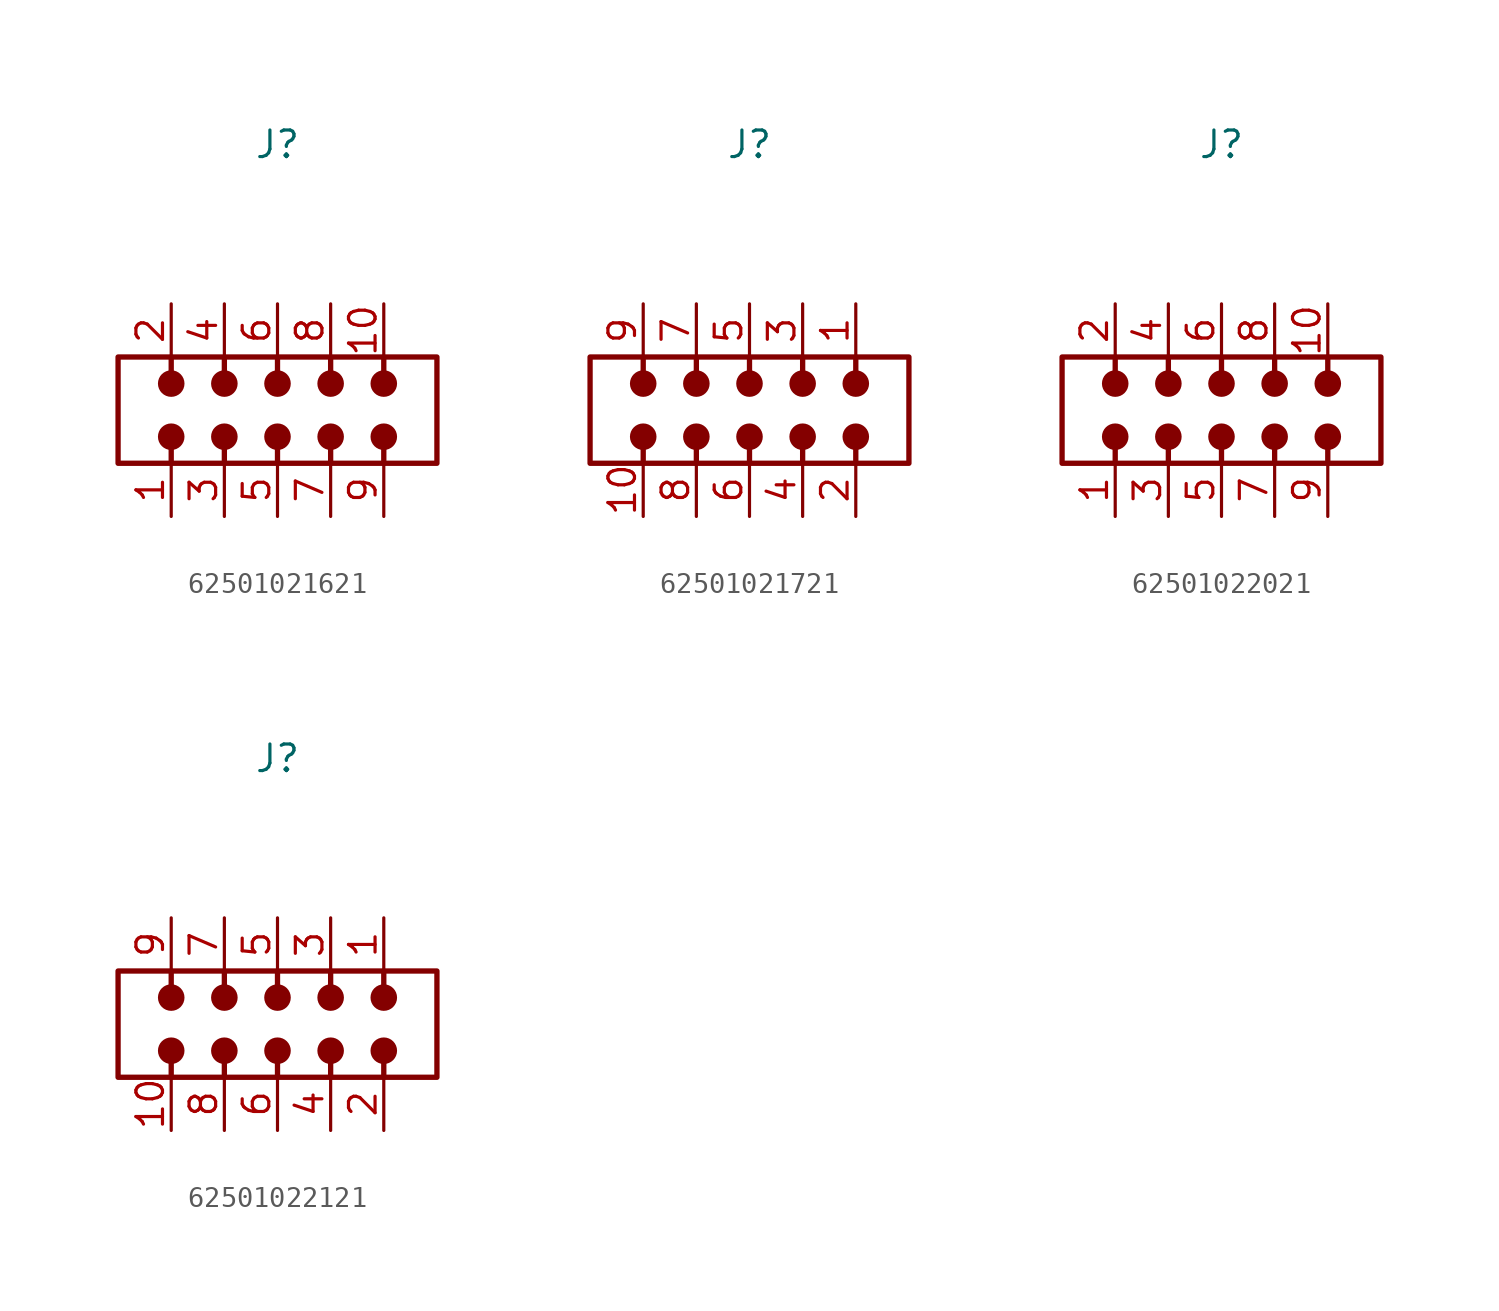
<source format=kicad_sym>
(kicad_symbol_lib
  (version 20241209)
  (generator "kicad_symbol_editor")
  (generator_version "9.0")
  (symbol "62501021621"
    (pin_names
      (hide yes))
    (property "Reference" "J"
      (at 0 12.7 0)
      (effects (font (size 1.27 1.27))))
    (symbol "62501021621_1_1"
      (rectangle (start -7.62 2.54) (end 7.62 -2.54) (stroke (width 0.254) (type solid)) (fill (type none)))
      (polyline (pts (xy -5.08 1.778) (xy -5.08 2.54)) (stroke (width 0.254) (type solid)) (fill (type none)))
      (circle (center -5.08 1.27) (radius 0.508) (stroke (width 0.254) (type solid)) (fill (type outline)))
      (circle (center -5.08 -1.27) (radius 0.508) (stroke (width 0.254) (type solid)) (fill (type outline)))
      (polyline (pts (xy -5.08 -1.778) (xy -5.08 -2.54)) (stroke (width 0.254) (type solid)) (fill (type none)))
      (polyline (pts (xy -2.54 1.778) (xy -2.54 2.54)) (stroke (width 0.254) (type solid)) (fill (type none)))
      (circle (center -2.54 1.27) (radius 0.508) (stroke (width 0.254) (type solid)) (fill (type outline)))
      (circle (center -2.54 -1.27) (radius 0.508) (stroke (width 0.254) (type solid)) (fill (type outline)))
      (polyline (pts (xy -2.54 -1.778) (xy -2.54 -2.54)) (stroke (width 0.254) (type solid)) (fill (type none)))
      (polyline (pts (xy 0 1.778) (xy 0 2.54)) (stroke (width 0.254) (type solid)) (fill (type none)))
      (circle (center 0 1.27) (radius 0.508) (stroke (width 0.254) (type solid)) (fill (type outline)))
      (circle (center 0 -1.27) (radius 0.508) (stroke (width 0.254) (type solid)) (fill (type outline)))
      (polyline (pts (xy 0 -1.778) (xy 0 -2.54)) (stroke (width 0.254) (type solid)) (fill (type none)))
      (polyline (pts (xy 2.54 1.778) (xy 2.54 2.54)) (stroke (width 0.254) (type solid)) (fill (type none)))
      (circle (center 2.54 1.27) (radius 0.508) (stroke (width 0.254) (type solid)) (fill (type outline)))
      (circle (center 2.54 -1.27) (radius 0.508) (stroke (width 0.254) (type solid)) (fill (type outline)))
      (polyline (pts (xy 2.54 -1.778) (xy 2.54 -2.54)) (stroke (width 0.254) (type solid)) (fill (type none)))
      (polyline (pts (xy 5.08 1.778) (xy 5.08 2.54)) (stroke (width 0.254) (type solid)) (fill (type none)))
      (circle (center 5.08 1.27) (radius 0.508) (stroke (width 0.254) (type solid)) (fill (type outline)))
      (circle (center 5.08 -1.27) (radius 0.508) (stroke (width 0.254) (type solid)) (fill (type outline)))
      (polyline (pts (xy 5.08 -1.778) (xy 5.08 -2.54)) (stroke (width 0.254) (type solid)) (fill (type none)))
      (pin passive line (at -5.08 5.08 270) (length 2.54) (name "2" (effects (font (size 1.27 1.27)))) (number "2" (effects (font (size 1.27 1.27)))))
      (pin passive line (at -5.08 -5.08 90) (length 2.54) (name "1" (effects (font (size 1.27 1.27)))) (number "1" (effects (font (size 1.27 1.27)))))
      (pin passive line (at -2.54 5.08 270) (length 2.54) (name "4" (effects (font (size 1.27 1.27)))) (number "4" (effects (font (size 1.27 1.27)))))
      (pin passive line (at -2.54 -5.08 90) (length 2.54) (name "3" (effects (font (size 1.27 1.27)))) (number "3" (effects (font (size 1.27 1.27)))))
      (pin passive line (at 0 5.08 270) (length 2.54) (name "6" (effects (font (size 1.27 1.27)))) (number "6" (effects (font (size 1.27 1.27)))))
      (pin passive line (at 0 -5.08 90) (length 2.54) (name "5" (effects (font (size 1.27 1.27)))) (number "5" (effects (font (size 1.27 1.27)))))
      (pin passive line (at 2.54 5.08 270) (length 2.54) (name "8" (effects (font (size 1.27 1.27)))) (number "8" (effects (font (size 1.27 1.27)))))
      (pin passive line (at 2.54 -5.08 90) (length 2.54) (name "7" (effects (font (size 1.27 1.27)))) (number "7" (effects (font (size 1.27 1.27)))))
      (pin passive line (at 5.08 5.08 270) (length 2.54) (name "10" (effects (font (size 1.27 1.27)))) (number "10" (effects (font (size 1.27 1.27)))))
      (pin passive line (at 5.08 -5.08 90) (length 2.54) (name "9" (effects (font (size 1.27 1.27)))) (number "9" (effects (font (size 1.27 1.27)))))))
  (symbol "62501021721"
    (pin_names
      (hide yes))
    (property "Reference" "J"
      (at 0 12.7 0)
      (effects (font (size 1.27 1.27))))
    (symbol "62501021721_1_1"
      (polyline (pts (xy -5.08 1.778) (xy -5.08 2.54)) (stroke (width 0.254) (type solid)) (fill (type none)))
      (circle (center -5.08 1.27) (radius 0.508) (stroke (width 0.254) (type solid)) (fill (type outline)))
      (circle (center -5.08 -1.27) (radius 0.508) (stroke (width 0.254) (type solid)) (fill (type outline)))
      (polyline (pts (xy -5.08 -1.778) (xy -5.08 -2.54)) (stroke (width 0.254) (type solid)) (fill (type none)))
      (polyline (pts (xy -2.54 1.778) (xy -2.54 2.54)) (stroke (width 0.254) (type solid)) (fill (type none)))
      (circle (center -2.54 1.27) (radius 0.508) (stroke (width 0.254) (type solid)) (fill (type outline)))
      (circle (center -2.54 -1.27) (radius 0.508) (stroke (width 0.254) (type solid)) (fill (type outline)))
      (polyline (pts (xy -2.54 -1.778) (xy -2.54 -2.54)) (stroke (width 0.254) (type solid)) (fill (type none)))
      (polyline (pts (xy 0 1.778) (xy 0 2.54)) (stroke (width 0.254) (type solid)) (fill (type none)))
      (circle (center 0 1.27) (radius 0.508) (stroke (width 0.254) (type solid)) (fill (type outline)))
      (circle (center 0 -1.27) (radius 0.508) (stroke (width 0.254) (type solid)) (fill (type outline)))
      (polyline (pts (xy 0 -1.778) (xy 0 -2.54)) (stroke (width 0.254) (type solid)) (fill (type none)))
      (polyline (pts (xy 2.54 1.778) (xy 2.54 2.54)) (stroke (width 0.254) (type solid)) (fill (type none)))
      (circle (center 2.54 1.27) (radius 0.508) (stroke (width 0.254) (type solid)) (fill (type outline)))
      (circle (center 2.54 -1.27) (radius 0.508) (stroke (width 0.254) (type solid)) (fill (type outline)))
      (polyline (pts (xy 2.54 -1.778) (xy 2.54 -2.54)) (stroke (width 0.254) (type solid)) (fill (type none)))
      (polyline (pts (xy 5.08 1.778) (xy 5.08 2.54)) (stroke (width 0.254) (type solid)) (fill (type none)))
      (circle (center 5.08 1.27) (radius 0.508) (stroke (width 0.254) (type solid)) (fill (type outline)))
      (circle (center 5.08 -1.27) (radius 0.508) (stroke (width 0.254) (type solid)) (fill (type outline)))
      (polyline (pts (xy 5.08 -1.778) (xy 5.08 -2.54)) (stroke (width 0.254) (type solid)) (fill (type none)))
      (rectangle (start 7.62 -2.54) (end -7.62 2.54) (stroke (width 0.254) (type solid)) (fill (type none)))
      (pin passive line (at -5.08 5.08 270) (length 2.54) (name "9" (effects (font (size 1.27 1.27)))) (number "9" (effects (font (size 1.27 1.27)))))
      (pin passive line (at -5.08 -5.08 90) (length 2.54) (name "10" (effects (font (size 1.27 1.27)))) (number "10" (effects (font (size 1.27 1.27)))))
      (pin passive line (at -2.54 5.08 270) (length 2.54) (name "7" (effects (font (size 1.27 1.27)))) (number "7" (effects (font (size 1.27 1.27)))))
      (pin passive line (at -2.54 -5.08 90) (length 2.54) (name "8" (effects (font (size 1.27 1.27)))) (number "8" (effects (font (size 1.27 1.27)))))
      (pin passive line (at 0 5.08 270) (length 2.54) (name "5" (effects (font (size 1.27 1.27)))) (number "5" (effects (font (size 1.27 1.27)))))
      (pin passive line (at 0 -5.08 90) (length 2.54) (name "6" (effects (font (size 1.27 1.27)))) (number "6" (effects (font (size 1.27 1.27)))))
      (pin passive line (at 2.54 5.08 270) (length 2.54) (name "3" (effects (font (size 1.27 1.27)))) (number "3" (effects (font (size 1.27 1.27)))))
      (pin passive line (at 2.54 -5.08 90) (length 2.54) (name "4" (effects (font (size 1.27 1.27)))) (number "4" (effects (font (size 1.27 1.27)))))
      (pin passive line (at 5.08 5.08 270) (length 2.54) (name "1" (effects (font (size 1.27 1.27)))) (number "1" (effects (font (size 1.27 1.27)))))
      (pin passive line (at 5.08 -5.08 90) (length 2.54) (name "2" (effects (font (size 1.27 1.27)))) (number "2" (effects (font (size 1.27 1.27)))))))
  (symbol "62501022021"
    (pin_names
      (hide yes))
    (property "Reference" "J"
      (at 0 12.7 0)
      (effects (font (size 1.27 1.27))))
    (symbol "62501022021_1_1"
      (rectangle (start -7.62 2.54) (end 7.62 -2.54) (stroke (width 0.254) (type solid)) (fill (type none)))
      (polyline (pts (xy -5.08 1.778) (xy -5.08 2.54)) (stroke (width 0.254) (type solid)) (fill (type none)))
      (circle (center -5.08 1.27) (radius 0.508) (stroke (width 0.254) (type solid)) (fill (type outline)))
      (circle (center -5.08 -1.27) (radius 0.508) (stroke (width 0.254) (type solid)) (fill (type outline)))
      (polyline (pts (xy -5.08 -1.778) (xy -5.08 -2.54)) (stroke (width 0.254) (type solid)) (fill (type none)))
      (polyline (pts (xy -2.54 1.778) (xy -2.54 2.54)) (stroke (width 0.254) (type solid)) (fill (type none)))
      (circle (center -2.54 1.27) (radius 0.508) (stroke (width 0.254) (type solid)) (fill (type outline)))
      (circle (center -2.54 -1.27) (radius 0.508) (stroke (width 0.254) (type solid)) (fill (type outline)))
      (polyline (pts (xy -2.54 -1.778) (xy -2.54 -2.54)) (stroke (width 0.254) (type solid)) (fill (type none)))
      (polyline (pts (xy 0 1.778) (xy 0 2.54)) (stroke (width 0.254) (type solid)) (fill (type none)))
      (circle (center 0 1.27) (radius 0.508) (stroke (width 0.254) (type solid)) (fill (type outline)))
      (circle (center 0 -1.27) (radius 0.508) (stroke (width 0.254) (type solid)) (fill (type outline)))
      (polyline (pts (xy 0 -1.778) (xy 0 -2.54)) (stroke (width 0.254) (type solid)) (fill (type none)))
      (polyline (pts (xy 2.54 1.778) (xy 2.54 2.54)) (stroke (width 0.254) (type solid)) (fill (type none)))
      (circle (center 2.54 1.27) (radius 0.508) (stroke (width 0.254) (type solid)) (fill (type outline)))
      (circle (center 2.54 -1.27) (radius 0.508) (stroke (width 0.254) (type solid)) (fill (type outline)))
      (polyline (pts (xy 2.54 -1.778) (xy 2.54 -2.54)) (stroke (width 0.254) (type solid)) (fill (type none)))
      (polyline (pts (xy 5.08 1.778) (xy 5.08 2.54)) (stroke (width 0.254) (type solid)) (fill (type none)))
      (circle (center 5.08 1.27) (radius 0.508) (stroke (width 0.254) (type solid)) (fill (type outline)))
      (circle (center 5.08 -1.27) (radius 0.508) (stroke (width 0.254) (type solid)) (fill (type outline)))
      (polyline (pts (xy 5.08 -1.778) (xy 5.08 -2.54)) (stroke (width 0.254) (type solid)) (fill (type none)))
      (pin passive line (at -5.08 5.08 270) (length 2.54) (name "2" (effects (font (size 1.27 1.27)))) (number "2" (effects (font (size 1.27 1.27)))))
      (pin passive line (at -5.08 -5.08 90) (length 2.54) (name "1" (effects (font (size 1.27 1.27)))) (number "1" (effects (font (size 1.27 1.27)))))
      (pin passive line (at -2.54 5.08 270) (length 2.54) (name "4" (effects (font (size 1.27 1.27)))) (number "4" (effects (font (size 1.27 1.27)))))
      (pin passive line (at -2.54 -5.08 90) (length 2.54) (name "3" (effects (font (size 1.27 1.27)))) (number "3" (effects (font (size 1.27 1.27)))))
      (pin passive line (at 0 5.08 270) (length 2.54) (name "6" (effects (font (size 1.27 1.27)))) (number "6" (effects (font (size 1.27 1.27)))))
      (pin passive line (at 0 -5.08 90) (length 2.54) (name "5" (effects (font (size 1.27 1.27)))) (number "5" (effects (font (size 1.27 1.27)))))
      (pin passive line (at 2.54 5.08 270) (length 2.54) (name "8" (effects (font (size 1.27 1.27)))) (number "8" (effects (font (size 1.27 1.27)))))
      (pin passive line (at 2.54 -5.08 90) (length 2.54) (name "7" (effects (font (size 1.27 1.27)))) (number "7" (effects (font (size 1.27 1.27)))))
      (pin passive line (at 5.08 5.08 270) (length 2.54) (name "10" (effects (font (size 1.27 1.27)))) (number "10" (effects (font (size 1.27 1.27)))))
      (pin passive line (at 5.08 -5.08 90) (length 2.54) (name "9" (effects (font (size 1.27 1.27)))) (number "9" (effects (font (size 1.27 1.27)))))))
  (symbol "62501022121"
    (pin_names
      (hide yes))
    (property "Reference" "J"
      (at 0 12.7 0)
      (effects (font (size 1.27 1.27))))
    (symbol "62501022121_1_1"
      (polyline (pts (xy -5.08 1.778) (xy -5.08 2.54)) (stroke (width 0.254) (type solid)) (fill (type none)))
      (circle (center -5.08 1.27) (radius 0.508) (stroke (width 0.254) (type solid)) (fill (type outline)))
      (circle (center -5.08 -1.27) (radius 0.508) (stroke (width 0.254) (type solid)) (fill (type outline)))
      (polyline (pts (xy -5.08 -1.778) (xy -5.08 -2.54)) (stroke (width 0.254) (type solid)) (fill (type none)))
      (polyline (pts (xy -2.54 1.778) (xy -2.54 2.54)) (stroke (width 0.254) (type solid)) (fill (type none)))
      (circle (center -2.54 1.27) (radius 0.508) (stroke (width 0.254) (type solid)) (fill (type outline)))
      (circle (center -2.54 -1.27) (radius 0.508) (stroke (width 0.254) (type solid)) (fill (type outline)))
      (polyline (pts (xy -2.54 -1.778) (xy -2.54 -2.54)) (stroke (width 0.254) (type solid)) (fill (type none)))
      (polyline (pts (xy 0 1.778) (xy 0 2.54)) (stroke (width 0.254) (type solid)) (fill (type none)))
      (circle (center 0 1.27) (radius 0.508) (stroke (width 0.254) (type solid)) (fill (type outline)))
      (circle (center 0 -1.27) (radius 0.508) (stroke (width 0.254) (type solid)) (fill (type outline)))
      (polyline (pts (xy 0 -1.778) (xy 0 -2.54)) (stroke (width 0.254) (type solid)) (fill (type none)))
      (polyline (pts (xy 2.54 1.778) (xy 2.54 2.54)) (stroke (width 0.254) (type solid)) (fill (type none)))
      (circle (center 2.54 1.27) (radius 0.508) (stroke (width 0.254) (type solid)) (fill (type outline)))
      (circle (center 2.54 -1.27) (radius 0.508) (stroke (width 0.254) (type solid)) (fill (type outline)))
      (polyline (pts (xy 2.54 -1.778) (xy 2.54 -2.54)) (stroke (width 0.254) (type solid)) (fill (type none)))
      (polyline (pts (xy 5.08 1.778) (xy 5.08 2.54)) (stroke (width 0.254) (type solid)) (fill (type none)))
      (circle (center 5.08 1.27) (radius 0.508) (stroke (width 0.254) (type solid)) (fill (type outline)))
      (circle (center 5.08 -1.27) (radius 0.508) (stroke (width 0.254) (type solid)) (fill (type outline)))
      (polyline (pts (xy 5.08 -1.778) (xy 5.08 -2.54)) (stroke (width 0.254) (type solid)) (fill (type none)))
      (rectangle (start 7.62 -2.54) (end -7.62 2.54) (stroke (width 0.254) (type solid)) (fill (type none)))
      (pin passive line (at -5.08 5.08 270) (length 2.54) (name "9" (effects (font (size 1.27 1.27)))) (number "9" (effects (font (size 1.27 1.27)))))
      (pin passive line (at -5.08 -5.08 90) (length 2.54) (name "10" (effects (font (size 1.27 1.27)))) (number "10" (effects (font (size 1.27 1.27)))))
      (pin passive line (at -2.54 5.08 270) (length 2.54) (name "7" (effects (font (size 1.27 1.27)))) (number "7" (effects (font (size 1.27 1.27)))))
      (pin passive line (at -2.54 -5.08 90) (length 2.54) (name "8" (effects (font (size 1.27 1.27)))) (number "8" (effects (font (size 1.27 1.27)))))
      (pin passive line (at 0 5.08 270) (length 2.54) (name "5" (effects (font (size 1.27 1.27)))) (number "5" (effects (font (size 1.27 1.27)))))
      (pin passive line (at 0 -5.08 90) (length 2.54) (name "6" (effects (font (size 1.27 1.27)))) (number "6" (effects (font (size 1.27 1.27)))))
      (pin passive line (at 2.54 5.08 270) (length 2.54) (name "3" (effects (font (size 1.27 1.27)))) (number "3" (effects (font (size 1.27 1.27)))))
      (pin passive line (at 2.54 -5.08 90) (length 2.54) (name "4" (effects (font (size 1.27 1.27)))) (number "4" (effects (font (size 1.27 1.27)))))
      (pin passive line (at 5.08 5.08 270) (length 2.54) (name "1" (effects (font (size 1.27 1.27)))) (number "1" (effects (font (size 1.27 1.27)))))
      (pin passive line (at 5.08 -5.08 90) (length 2.54) (name "2" (effects (font (size 1.27 1.27)))) (number "2" (effects (font (size 1.27 1.27))))))))
</source>
